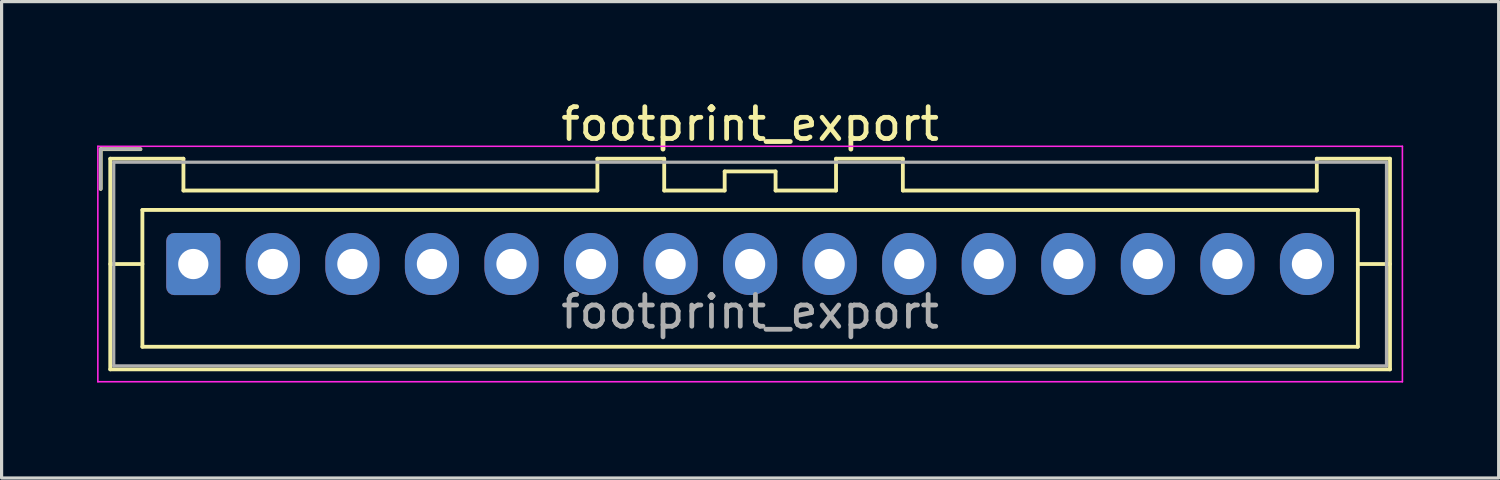
<source format=kicad_pcb>
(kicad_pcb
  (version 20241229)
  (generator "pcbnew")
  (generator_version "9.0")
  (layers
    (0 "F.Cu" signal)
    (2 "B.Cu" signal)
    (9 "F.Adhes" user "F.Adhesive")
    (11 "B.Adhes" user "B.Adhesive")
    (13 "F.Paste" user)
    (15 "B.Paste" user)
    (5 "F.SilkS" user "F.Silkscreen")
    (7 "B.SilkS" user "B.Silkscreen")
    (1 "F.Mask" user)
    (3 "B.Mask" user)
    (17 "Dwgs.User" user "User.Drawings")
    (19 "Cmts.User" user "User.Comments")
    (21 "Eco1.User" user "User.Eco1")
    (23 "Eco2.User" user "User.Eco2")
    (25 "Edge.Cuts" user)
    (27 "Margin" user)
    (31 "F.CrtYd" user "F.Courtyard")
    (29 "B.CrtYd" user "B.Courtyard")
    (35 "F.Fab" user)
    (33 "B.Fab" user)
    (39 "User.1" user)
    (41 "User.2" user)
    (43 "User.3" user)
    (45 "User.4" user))
  (footprint "footprint_export"
    (layer "F.Cu")
    (at 3.025 5.248)
    (property "Reference" "footprint_export" (at 17.5 -4.4 0) (layer "F.SilkS") (effects (font (size 1 1) (thickness 0.15))))
    (attr through_hole)
    (fp_line (start -2.91 -3.61) (end -2.91 -2.36) (stroke (width 0.12) (type solid)) (layer "F.SilkS"))
    (fp_line (start -2.61 -3.31) (end -2.61 3.31) (stroke (width 0.12) (type solid)) (layer "F.SilkS"))
    (fp_line (start -2.61 0) (end -1.6 0) (stroke (width 0.12) (type solid)) (layer "F.SilkS"))
    (fp_line (start -2.61 3.31) (end 37.61 3.31) (stroke (width 0.12) (type solid)) (layer "F.SilkS"))
    (fp_line (start -1.66 -3.61) (end -2.91 -3.61) (stroke (width 0.12) (type solid)) (layer "F.SilkS"))
    (fp_line (start -1.6 -1.7) (end -1.6 2.6) (stroke (width 0.12) (type solid)) (layer "F.SilkS"))
    (fp_line (start -1.6 2.6) (end 36.6 2.6) (stroke (width 0.12) (type solid)) (layer "F.SilkS"))
    (fp_line (start -0.31 -3.31) (end -2.61 -3.31) (stroke (width 0.12) (type solid)) (layer "F.SilkS"))
    (fp_line (start -0.31 -2.31) (end -0.31 -3.31) (stroke (width 0.12) (type solid)) (layer "F.SilkS"))
    (fp_line (start 12.7 -3.31) (end 12.7 -2.31) (stroke (width 0.12) (type solid)) (layer "F.SilkS"))
    (fp_line (start 12.7 -2.31) (end -0.31 -2.31) (stroke (width 0.12) (type solid)) (layer "F.SilkS"))
    (fp_line (start 14.8 -3.31) (end 12.7 -3.31) (stroke (width 0.12) (type solid)) (layer "F.SilkS"))
    (fp_line (start 14.8 -2.31) (end 14.8 -3.31) (stroke (width 0.12) (type solid)) (layer "F.SilkS"))
    (fp_line (start 16.7 -2.91) (end 16.7 -2.31) (stroke (width 0.12) (type solid)) (layer "F.SilkS"))
    (fp_line (start 16.7 -2.31) (end 14.8 -2.31) (stroke (width 0.12) (type solid)) (layer "F.SilkS"))
    (fp_line (start 18.3 -2.91) (end 16.7 -2.91) (stroke (width 0.12) (type solid)) (layer "F.SilkS"))
    (fp_line (start 18.3 -2.31) (end 18.3 -2.91) (stroke (width 0.12) (type solid)) (layer "F.SilkS"))
    (fp_line (start 20.2 -3.31) (end 20.2 -2.31) (stroke (width 0.12) (type solid)) (layer "F.SilkS"))
    (fp_line (start 20.2 -2.31) (end 18.3 -2.31) (stroke (width 0.12) (type solid)) (layer "F.SilkS"))
    (fp_line (start 22.3 -3.31) (end 20.2 -3.31) (stroke (width 0.12) (type solid)) (layer "F.SilkS"))
    (fp_line (start 22.3 -2.31) (end 22.3 -3.31) (stroke (width 0.12) (type solid)) (layer "F.SilkS"))
    (fp_line (start 35.31 -3.31) (end 35.31 -2.31) (stroke (width 0.12) (type solid)) (layer "F.SilkS"))
    (fp_line (start 35.31 -2.31) (end 22.3 -2.31) (stroke (width 0.12) (type solid)) (layer "F.SilkS"))
    (fp_line (start 36.6 -1.7) (end -1.6 -1.7) (stroke (width 0.12) (type solid)) (layer "F.SilkS"))
    (fp_line (start 36.6 2.6) (end 36.6 -1.7) (stroke (width 0.12) (type solid)) (layer "F.SilkS"))
    (fp_line (start 37.61 -3.31) (end 35.31 -3.31) (stroke (width 0.12) (type solid)) (layer "F.SilkS"))
    (fp_line (start 37.61 0) (end 36.6 0) (stroke (width 0.12) (type solid)) (layer "F.SilkS"))
    (fp_line (start 37.61 3.31) (end 37.61 -3.31) (stroke (width 0.12) (type solid)) (layer "F.SilkS"))
    (fp_line (start -3 -3.7) (end -3 3.7) (stroke (width 0.05) (type solid)) (layer "F.CrtYd"))
    (fp_line (start -3 3.7) (end 38 3.7) (stroke (width 0.05) (type solid)) (layer "F.CrtYd"))
    (fp_line (start 38 -3.7) (end -3 -3.7) (stroke (width 0.05) (type solid)) (layer "F.CrtYd"))
    (fp_line (start 38 3.7) (end 38 -3.7) (stroke (width 0.05) (type solid)) (layer "F.CrtYd"))
    (fp_line (start -2.91 -3.61) (end -2.91 -2.36) (stroke (width 0.1) (type solid)) (layer "F.Fab"))
    (fp_line (start -2.5 -3.2) (end -2.5 3.2) (stroke (width 0.1) (type solid)) (layer "F.Fab"))
    (fp_line (start -2.5 3.2) (end 37.5 3.2) (stroke (width 0.1) (type solid)) (layer "F.Fab"))
    (fp_line (start -1.66 -3.61) (end -2.91 -3.61) (stroke (width 0.1) (type solid)) (layer "F.Fab"))
    (fp_line (start 37.5 -3.2) (end -2.5 -3.2) (stroke (width 0.1) (type solid)) (layer "F.Fab"))
    (fp_line (start 37.5 3.2) (end 37.5 -3.2) (stroke (width 0.1) (type solid)) (layer "F.Fab"))
    (fp_text user "${REFERENCE}" (at 17.5 1.5 0) (layer "F.Fab") (effects (font (size 1 1) (thickness 0.15))))
    (pad "1" thru_hole roundrect (at 0 0) (size 1.7 1.95) (drill 0.95) (layers "*.Cu" "*.Mask") (roundrect_rratio 0.147))
    (pad "2" thru_hole oval (at 2.5 0) (size 1.7 1.95) (drill 0.95) (layers "*.Cu" "*.Mask"))
    (pad "3" thru_hole oval (at 5 0) (size 1.7 1.95) (drill 0.95) (layers "*.Cu" "*.Mask"))
    (pad "4" thru_hole oval (at 7.5 0) (size 1.7 1.95) (drill 0.95) (layers "*.Cu" "*.Mask"))
    (pad "5" thru_hole oval (at 10 0) (size 1.7 1.95) (drill 0.95) (layers "*.Cu" "*.Mask"))
    (pad "6" thru_hole oval (at 12.5 0) (size 1.7 1.95) (drill 0.95) (layers "*.Cu" "*.Mask"))
    (pad "7" thru_hole oval (at 15 0) (size 1.7 1.95) (drill 0.95) (layers "*.Cu" "*.Mask"))
    (pad "8" thru_hole oval (at 17.5 0) (size 1.7 1.95) (drill 0.95) (layers "*.Cu" "*.Mask"))
    (pad "9" thru_hole oval (at 20 0) (size 1.7 1.95) (drill 0.95) (layers "*.Cu" "*.Mask"))
    (pad "10" thru_hole oval (at 22.5 0) (size 1.7 1.95) (drill 0.95) (layers "*.Cu" "*.Mask"))
    (pad "11" thru_hole oval (at 25 0) (size 1.7 1.95) (drill 0.95) (layers "*.Cu" "*.Mask"))
    (pad "12" thru_hole oval (at 27.5 0) (size 1.7 1.95) (drill 0.95) (layers "*.Cu" "*.Mask"))
    (pad "13" thru_hole oval (at 30 0) (size 1.7 1.95) (drill 0.95) (layers "*.Cu" "*.Mask"))
    (pad "14" thru_hole oval (at 32.5 0) (size 1.7 1.95) (drill 0.95) (layers "*.Cu" "*.Mask"))
    (pad "15" thru_hole oval (at 35 0) (size 1.7 1.95) (drill 0.95) (layers "*.Cu" "*.Mask")))
  (gr_rect
    (start -3 -3)
    (end 44.05 11.973)
    (stroke (width 0.1) (type default))
    (fill no)
    (layer "Edge.Cuts")))
</source>
